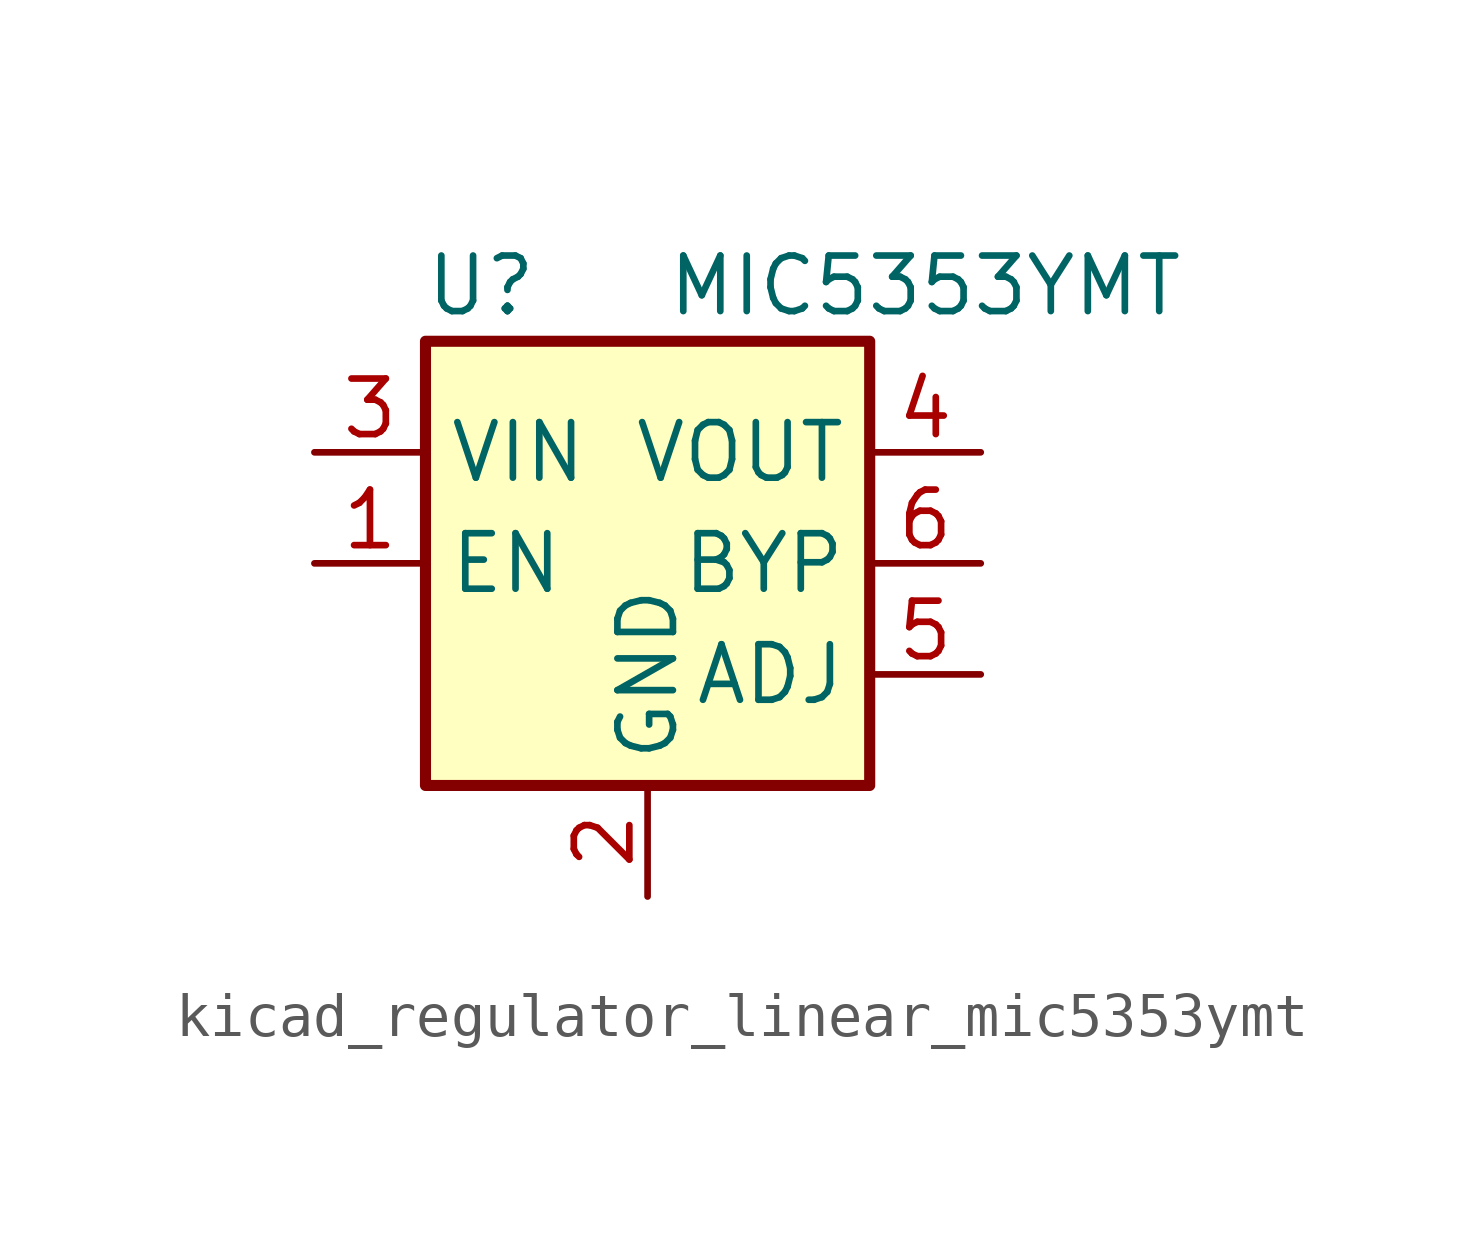
<source format=kicad_sym>
(kicad_symbol_lib
  (version 20220914)
  (generator kicad_symbol_editor)
  (symbol "kicad_regulator_linear_mic5353ymt"
    (property "Reference" "U"
      (at -3.81 6.35 0)
      (effects (font (size 1.27 1.27))))
    (property "Value" "MIC5353YMT"
      (at 6.35 6.35 0)
      (effects (font (size 1.27 1.27))))
    (symbol "kicad_regulator_linear_mic5353ymt_0_1"
      (rectangle (start -5.08 -5.08) (end 5.08 5.08) (stroke (width 0.254) (type default)) (fill (type background)))
      (pin input line (at -7.62 0 0) (length 2.54) (name "EN" (effects (font (size 1.27 1.27)))) (number "1" (effects (font (size 1.27 1.27)))))
      (pin power_in line (at 0 -7.62 90) (length 2.54) (name "GND" (effects (font (size 1.27 1.27)))) (number "2" (effects (font (size 1.27 1.27)))))
      (pin power_in line (at -7.62 2.54 0) (length 2.54) (name "VIN" (effects (font (size 1.27 1.27)))) (number "3" (effects (font (size 1.27 1.27)))))
      (pin power_out line (at 7.62 2.54 180) (length 2.54) (name "VOUT" (effects (font (size 1.27 1.27)))) (number "4" (effects (font (size 1.27 1.27)))))
      (pin input line (at 7.62 -2.54 180) (length 2.54) (name "ADJ" (effects (font (size 1.27 1.27)))) (number "5" (effects (font (size 1.27 1.27)))))
      (pin passive line (at 7.62 0 180) (length 2.54) (name "BYP" (effects (font (size 1.27 1.27)))) (number "6" (effects (font (size 1.27 1.27)))))
      (pin passive line (at 0 -7.62 90) (length 2.54) hide (name "GND" (effects (font (size 1.27 1.27)))) (number "7" (effects (font (size 1.27 1.27))))))))
</source>
